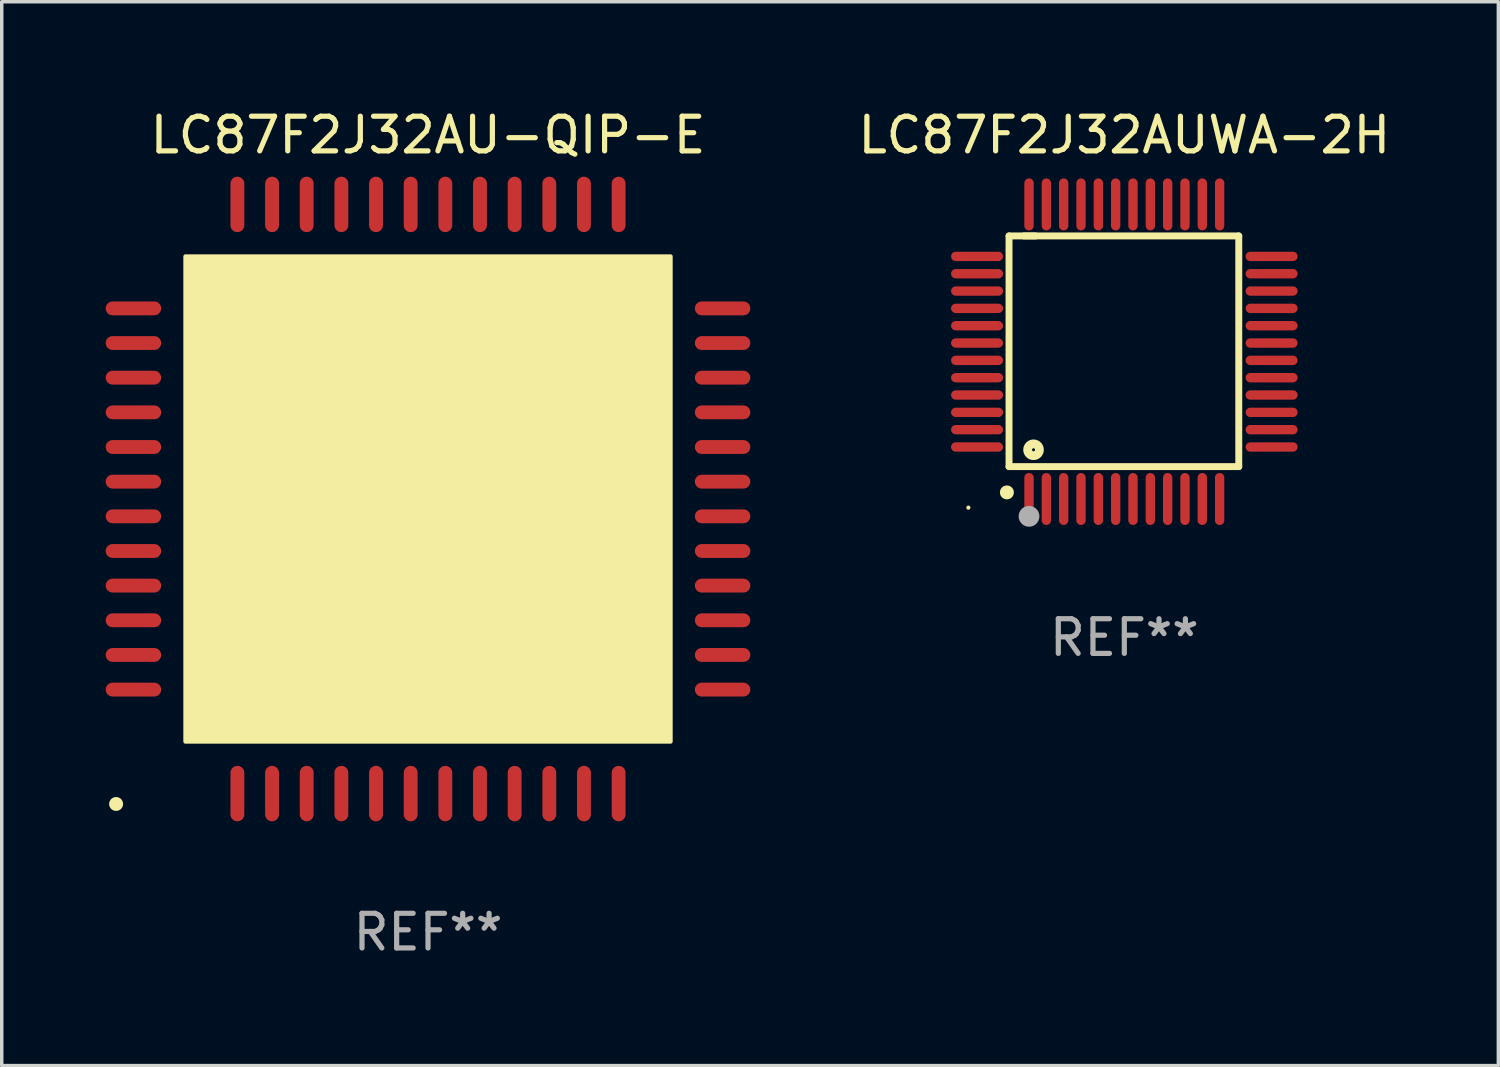
<source format=kicad_pcb>
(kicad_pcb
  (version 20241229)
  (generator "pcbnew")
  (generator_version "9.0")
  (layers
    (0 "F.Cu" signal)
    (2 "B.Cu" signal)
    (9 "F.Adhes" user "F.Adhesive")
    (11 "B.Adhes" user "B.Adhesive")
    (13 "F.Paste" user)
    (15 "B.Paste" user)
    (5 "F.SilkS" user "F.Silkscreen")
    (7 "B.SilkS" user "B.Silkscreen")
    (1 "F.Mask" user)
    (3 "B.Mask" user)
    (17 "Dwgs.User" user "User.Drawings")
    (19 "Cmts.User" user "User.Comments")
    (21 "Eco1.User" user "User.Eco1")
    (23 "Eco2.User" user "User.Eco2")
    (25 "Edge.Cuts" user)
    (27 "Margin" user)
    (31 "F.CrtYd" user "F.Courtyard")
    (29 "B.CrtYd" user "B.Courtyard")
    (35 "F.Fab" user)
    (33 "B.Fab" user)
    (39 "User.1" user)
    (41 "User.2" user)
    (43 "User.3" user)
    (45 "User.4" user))
  (footprint "LC87F2J32AUWA-2H"
    (layer "F.Cu")
    (at 29.392 7.098)
    (property "Reference" "LC87F2J32AUWA-2H" (at 0 -6.25 0) (layer "F.SilkS") (effects (font (size 1 1) (thickness 0.15))))
    (attr through_hole)
    (fp_line (start -3.327 -3.34) (end -2.565 -3.34) (stroke (width 0.2) (type solid)) (layer "F.SilkS"))
    (fp_line (start -3.327 3.315) (end -3.327 -3.34) (stroke (width 0.2) (type solid)) (layer "F.SilkS"))
    (fp_line (start -2.896 -3.34) (end 3.302 -3.34) (stroke (width 0.2) (type solid)) (layer "F.SilkS"))
    (fp_line (start 3.302 -3.34) (end 3.302 3.315) (stroke (width 0.2) (type solid)) (layer "F.SilkS"))
    (fp_line (start 3.302 3.315) (end -3.327 3.315) (stroke (width 0.2) (type solid)) (layer "F.SilkS"))
    (fp_arc (start -3.389992 4.059995) (mid -3.388722 4.059991) (end -3.387452 4.059995) (stroke (width 0.4) (type solid)) (layer "F.SilkS"))
    (fp_circle (center -4.5 4.5) (end -4.47 4.5) (stroke (width 0.06) (type solid)) (fill no) (layer "F.SilkS"))
    (fp_circle (center -2.62 2.83) (end -2.45 2.83) (stroke (width 0.254) (type solid)) (fill no) (layer "F.SilkS"))
    (fp_circle (center -2.75 4.75) (end -2.6 4.75) (stroke (width 0.3) (type solid)) (fill no) (layer "F.Fab"))
    (fp_text user "REF**" (at 0 8.25 0) (layer "F.Fab") (effects (font (size 1 1) (thickness 0.15))))
    (pad "1" smd oval (at -2.75 4.25) (size 0.27 1.5) (layers "F.Cu" "F.Mask" "F.Paste"))
    (pad "2" smd oval (at -2.25 4.25) (size 0.27 1.5) (layers "F.Cu" "F.Mask" "F.Paste"))
    (pad "3" smd oval (at -1.75 4.25) (size 0.27 1.5) (layers "F.Cu" "F.Mask" "F.Paste"))
    (pad "4" smd oval (at -1.25 4.25) (size 0.27 1.5) (layers "F.Cu" "F.Mask" "F.Paste"))
    (pad "5" smd oval (at -0.75 4.25) (size 0.27 1.5) (layers "F.Cu" "F.Mask" "F.Paste"))
    (pad "6" smd oval (at -0.25 4.25) (size 0.27 1.5) (layers "F.Cu" "F.Mask" "F.Paste"))
    (pad "7" smd oval (at 0.25 4.25) (size 0.27 1.5) (layers "F.Cu" "F.Mask" "F.Paste"))
    (pad "8" smd oval (at 0.75 4.25) (size 0.27 1.5) (layers "F.Cu" "F.Mask" "F.Paste"))
    (pad "9" smd oval (at 1.25 4.25) (size 0.27 1.5) (layers "F.Cu" "F.Mask" "F.Paste"))
    (pad "10" smd oval (at 1.75 4.25) (size 0.27 1.5) (layers "F.Cu" "F.Mask" "F.Paste"))
    (pad "11" smd oval (at 2.25 4.25) (size 0.27 1.5) (layers "F.Cu" "F.Mask" "F.Paste"))
    (pad "12" smd oval (at 2.75 4.25) (size 0.27 1.5) (layers "F.Cu" "F.Mask" "F.Paste"))
    (pad "13" smd oval (at 4.25 2.75) (size 1.5 0.27) (layers "F.Cu" "F.Mask" "F.Paste"))
    (pad "14" smd oval (at 4.25 2.25) (size 1.5 0.27) (layers "F.Cu" "F.Mask" "F.Paste"))
    (pad "15" smd oval (at 4.25 1.75) (size 1.5 0.27) (layers "F.Cu" "F.Mask" "F.Paste"))
    (pad "16" smd oval (at 4.25 1.25) (size 1.5 0.27) (layers "F.Cu" "F.Mask" "F.Paste"))
    (pad "17" smd oval (at 4.25 0.75) (size 1.5 0.27) (layers "F.Cu" "F.Mask" "F.Paste"))
    (pad "18" smd oval (at 4.25 0.25) (size 1.5 0.27) (layers "F.Cu" "F.Mask" "F.Paste"))
    (pad "19" smd oval (at 4.25 -0.25) (size 1.5 0.27) (layers "F.Cu" "F.Mask" "F.Paste"))
    (pad "20" smd oval (at 4.25 -0.75) (size 1.5 0.27) (layers "F.Cu" "F.Mask" "F.Paste"))
    (pad "21" smd oval (at 4.25 -1.25) (size 1.5 0.27) (layers "F.Cu" "F.Mask" "F.Paste"))
    (pad "22" smd oval (at 4.25 -1.75) (size 1.5 0.27) (layers "F.Cu" "F.Mask" "F.Paste"))
    (pad "23" smd oval (at 4.25 -2.25) (size 1.5 0.27) (layers "F.Cu" "F.Mask" "F.Paste"))
    (pad "24" smd oval (at 4.25 -2.75) (size 1.5 0.27) (layers "F.Cu" "F.Mask" "F.Paste"))
    (pad "25" smd oval (at 2.75 -4.25) (size 0.27 1.5) (layers "F.Cu" "F.Mask" "F.Paste"))
    (pad "26" smd oval (at 2.25 -4.25) (size 0.27 1.5) (layers "F.Cu" "F.Mask" "F.Paste"))
    (pad "27" smd oval (at 1.75 -4.25) (size 0.27 1.5) (layers "F.Cu" "F.Mask" "F.Paste"))
    (pad "28" smd oval (at 1.25 -4.25) (size 0.27 1.5) (layers "F.Cu" "F.Mask" "F.Paste"))
    (pad "29" smd oval (at 0.75 -4.25) (size 0.27 1.5) (layers "F.Cu" "F.Mask" "F.Paste"))
    (pad "30" smd oval (at 0.25 -4.25) (size 0.27 1.5) (layers "F.Cu" "F.Mask" "F.Paste"))
    (pad "31" smd oval (at -0.25 -4.25) (size 0.27 1.5) (layers "F.Cu" "F.Mask" "F.Paste"))
    (pad "32" smd oval (at -0.75 -4.25) (size 0.27 1.5) (layers "F.Cu" "F.Mask" "F.Paste"))
    (pad "33" smd oval (at -1.25 -4.25) (size 0.27 1.5) (layers "F.Cu" "F.Mask" "F.Paste"))
    (pad "34" smd oval (at -1.75 -4.25) (size 0.27 1.5) (layers "F.Cu" "F.Mask" "F.Paste"))
    (pad "35" smd oval (at -2.25 -4.25) (size 0.27 1.5) (layers "F.Cu" "F.Mask" "F.Paste"))
    (pad "36" smd oval (at -2.75 -4.25) (size 0.27 1.5) (layers "F.Cu" "F.Mask" "F.Paste"))
    (pad "37" smd oval (at -4.25 -2.75) (size 1.5 0.27) (layers "F.Cu" "F.Mask" "F.Paste"))
    (pad "38" smd oval (at -4.25 -2.25) (size 1.5 0.27) (layers "F.Cu" "F.Mask" "F.Paste"))
    (pad "39" smd oval (at -4.25 -1.75) (size 1.5 0.27) (layers "F.Cu" "F.Mask" "F.Paste"))
    (pad "40" smd oval (at -4.25 -1.25) (size 1.5 0.27) (layers "F.Cu" "F.Mask" "F.Paste"))
    (pad "41" smd oval (at -4.25 -0.75) (size 1.5 0.27) (layers "F.Cu" "F.Mask" "F.Paste"))
    (pad "42" smd oval (at -4.25 -0.25) (size 1.5 0.27) (layers "F.Cu" "F.Mask" "F.Paste"))
    (pad "43" smd oval (at -4.25 0.25) (size 1.5 0.27) (layers "F.Cu" "F.Mask" "F.Paste"))
    (pad "44" smd oval (at -4.25 0.75) (size 1.5 0.27) (layers "F.Cu" "F.Mask" "F.Paste"))
    (pad "45" smd oval (at -4.25 1.25) (size 1.5 0.27) (layers "F.Cu" "F.Mask" "F.Paste"))
    (pad "46" smd oval (at -4.25 1.75) (size 1.5 0.27) (layers "F.Cu" "F.Mask" "F.Paste"))
    (pad "47" smd oval (at -4.25 2.25) (size 1.5 0.27) (layers "F.Cu" "F.Mask" "F.Paste"))
    (pad "48" smd oval (at -4.25 2.75) (size 1.5 0.27) (layers "F.Cu" "F.Mask" "F.Paste")))
  (footprint "LC87F2J32AU-QIP-E"
    (layer "F.Cu")
    (at 9.3 11.348)
    (property "Reference" "LC87F2J32AU-QIP-E" (at 0 -10.5 0) (layer "F.SilkS") (effects (font (size 1 1) (thickness 0.15))))
    (attr through_hole)
    (fp_arc (start -9.00127 8.800025) (mid -9 8.800021) (end -8.99873 8.800025) (stroke (width 0.4) (type solid)) (layer "F.SilkS"))
    (fp_poly (pts (xy -7 -7) (xy 7 -7) (xy 7 7) (xy -7 7)) (stroke (width 0.12) (type solid)) (fill yes) (layer "F.SilkS"))
    (fp_text user "REF**" (at 0 12.5 0) (layer "F.Fab") (effects (font (size 1 1) (thickness 0.15))))
    (pad "1" smd oval (at -5.5 8.5 180) (size 0.4 1.6) (layers "F.Cu" "F.Mask" "F.Paste"))
    (pad "2" smd oval (at -4.5 8.5 180) (size 0.4 1.6) (layers "F.Cu" "F.Mask" "F.Paste"))
    (pad "3" smd oval (at -3.5 8.5 180) (size 0.4 1.6) (layers "F.Cu" "F.Mask" "F.Paste"))
    (pad "4" smd oval (at -2.5 8.5 180) (size 0.4 1.6) (layers "F.Cu" "F.Mask" "F.Paste"))
    (pad "5" smd oval (at -1.5 8.5 180) (size 0.4 1.6) (layers "F.Cu" "F.Mask" "F.Paste"))
    (pad "6" smd oval (at -0.5 8.5 180) (size 0.4 1.6) (layers "F.Cu" "F.Mask" "F.Paste"))
    (pad "7" smd oval (at 0.5 8.5 180) (size 0.4 1.6) (layers "F.Cu" "F.Mask" "F.Paste"))
    (pad "8" smd oval (at 1.5 8.5 180) (size 0.4 1.6) (layers "F.Cu" "F.Mask" "F.Paste"))
    (pad "9" smd oval (at 2.5 8.5 180) (size 0.4 1.6) (layers "F.Cu" "F.Mask" "F.Paste"))
    (pad "10" smd oval (at 3.5 8.5 180) (size 0.4 1.6) (layers "F.Cu" "F.Mask" "F.Paste"))
    (pad "11" smd oval (at 4.5 8.5 180) (size 0.4 1.6) (layers "F.Cu" "F.Mask" "F.Paste"))
    (pad "12" smd oval (at 5.5 8.5 180) (size 0.4 1.6) (layers "F.Cu" "F.Mask" "F.Paste"))
    (pad "13" smd oval (at 8.5 5.5 90) (size 0.4 1.6) (layers "F.Cu" "F.Mask" "F.Paste"))
    (pad "14" smd oval (at 8.5 4.5 90) (size 0.4 1.6) (layers "F.Cu" "F.Mask" "F.Paste"))
    (pad "15" smd oval (at 8.5 3.5 90) (size 0.4 1.6) (layers "F.Cu" "F.Mask" "F.Paste"))
    (pad "16" smd oval (at 8.5 2.5 90) (size 0.4 1.6) (layers "F.Cu" "F.Mask" "F.Paste"))
    (pad "17" smd oval (at 8.5 1.5 90) (size 0.4 1.6) (layers "F.Cu" "F.Mask" "F.Paste"))
    (pad "18" smd oval (at 8.5 0.5 90) (size 0.4 1.6) (layers "F.Cu" "F.Mask" "F.Paste"))
    (pad "19" smd oval (at 8.5 -0.5 90) (size 0.4 1.6) (layers "F.Cu" "F.Mask" "F.Paste"))
    (pad "20" smd oval (at 8.5 -1.5 90) (size 0.4 1.6) (layers "F.Cu" "F.Mask" "F.Paste"))
    (pad "21" smd oval (at 8.5 -2.5 90) (size 0.4 1.6) (layers "F.Cu" "F.Mask" "F.Paste"))
    (pad "22" smd oval (at 8.5 -3.5 90) (size 0.4 1.6) (layers "F.Cu" "F.Mask" "F.Paste"))
    (pad "23" smd oval (at 8.5 -4.5 90) (size 0.4 1.6) (layers "F.Cu" "F.Mask" "F.Paste"))
    (pad "24" smd oval (at 8.5 -5.5 90) (size 0.4 1.6) (layers "F.Cu" "F.Mask" "F.Paste"))
    (pad "25" smd oval (at 5.5 -8.5 180) (size 0.4 1.6) (layers "F.Cu" "F.Mask" "F.Paste"))
    (pad "26" smd oval (at 4.5 -8.5 180) (size 0.4 1.6) (layers "F.Cu" "F.Mask" "F.Paste"))
    (pad "27" smd oval (at 3.5 -8.5 180) (size 0.4 1.6) (layers "F.Cu" "F.Mask" "F.Paste"))
    (pad "28" smd oval (at 2.5 -8.5 180) (size 0.4 1.6) (layers "F.Cu" "F.Mask" "F.Paste"))
    (pad "29" smd oval (at 1.5 -8.5 180) (size 0.4 1.6) (layers "F.Cu" "F.Mask" "F.Paste"))
    (pad "30" smd oval (at 0.5 -8.5 180) (size 0.4 1.6) (layers "F.Cu" "F.Mask" "F.Paste"))
    (pad "31" smd oval (at -0.5 -8.5 180) (size 0.4 1.6) (layers "F.Cu" "F.Mask" "F.Paste"))
    (pad "32" smd oval (at -1.5 -8.5 180) (size 0.4 1.6) (layers "F.Cu" "F.Mask" "F.Paste"))
    (pad "33" smd oval (at -2.5 -8.5 180) (size 0.4 1.6) (layers "F.Cu" "F.Mask" "F.Paste"))
    (pad "34" smd oval (at -3.5 -8.5 180) (size 0.4 1.6) (layers "F.Cu" "F.Mask" "F.Paste"))
    (pad "35" smd oval (at -4.5 -8.5 180) (size 0.4 1.6) (layers "F.Cu" "F.Mask" "F.Paste"))
    (pad "36" smd oval (at -5.5 -8.5 180) (size 0.4 1.6) (layers "F.Cu" "F.Mask" "F.Paste"))
    (pad "37" smd oval (at -8.5 -5.5 90) (size 0.4 1.6) (layers "F.Cu" "F.Mask" "F.Paste"))
    (pad "38" smd oval (at -8.5 -4.5 90) (size 0.4 1.6) (layers "F.Cu" "F.Mask" "F.Paste"))
    (pad "39" smd oval (at -8.5 -3.5 90) (size 0.4 1.6) (layers "F.Cu" "F.Mask" "F.Paste"))
    (pad "40" smd oval (at -8.5 -2.5 90) (size 0.4 1.6) (layers "F.Cu" "F.Mask" "F.Paste"))
    (pad "41" smd oval (at -8.5 -1.5 90) (size 0.4 1.6) (layers "F.Cu" "F.Mask" "F.Paste"))
    (pad "42" smd oval (at -8.5 -0.5 90) (size 0.4 1.6) (layers "F.Cu" "F.Mask" "F.Paste"))
    (pad "43" smd oval (at -8.5 0.5 90) (size 0.4 1.6) (layers "F.Cu" "F.Mask" "F.Paste"))
    (pad "44" smd oval (at -8.5 1.5 90) (size 0.4 1.6) (layers "F.Cu" "F.Mask" "F.Paste"))
    (pad "45" smd oval (at -8.5 2.5 90) (size 0.4 1.6) (layers "F.Cu" "F.Mask" "F.Paste"))
    (pad "46" smd oval (at -8.5 3.5 90) (size 0.4 1.6) (layers "F.Cu" "F.Mask" "F.Paste"))
    (pad "47" smd oval (at -8.5 4.5 90) (size 0.4 1.6) (layers "F.Cu" "F.Mask" "F.Paste"))
    (pad "48" smd oval (at -8.5 5.5 90) (size 0.4 1.6) (layers "F.Cu" "F.Mask" "F.Paste")))
  (gr_rect
    (start -3 -3)
    (end 40.184 27.697)
    (stroke (width 0.1) (type default))
    (fill no)
    (layer "Edge.Cuts")))
</source>
